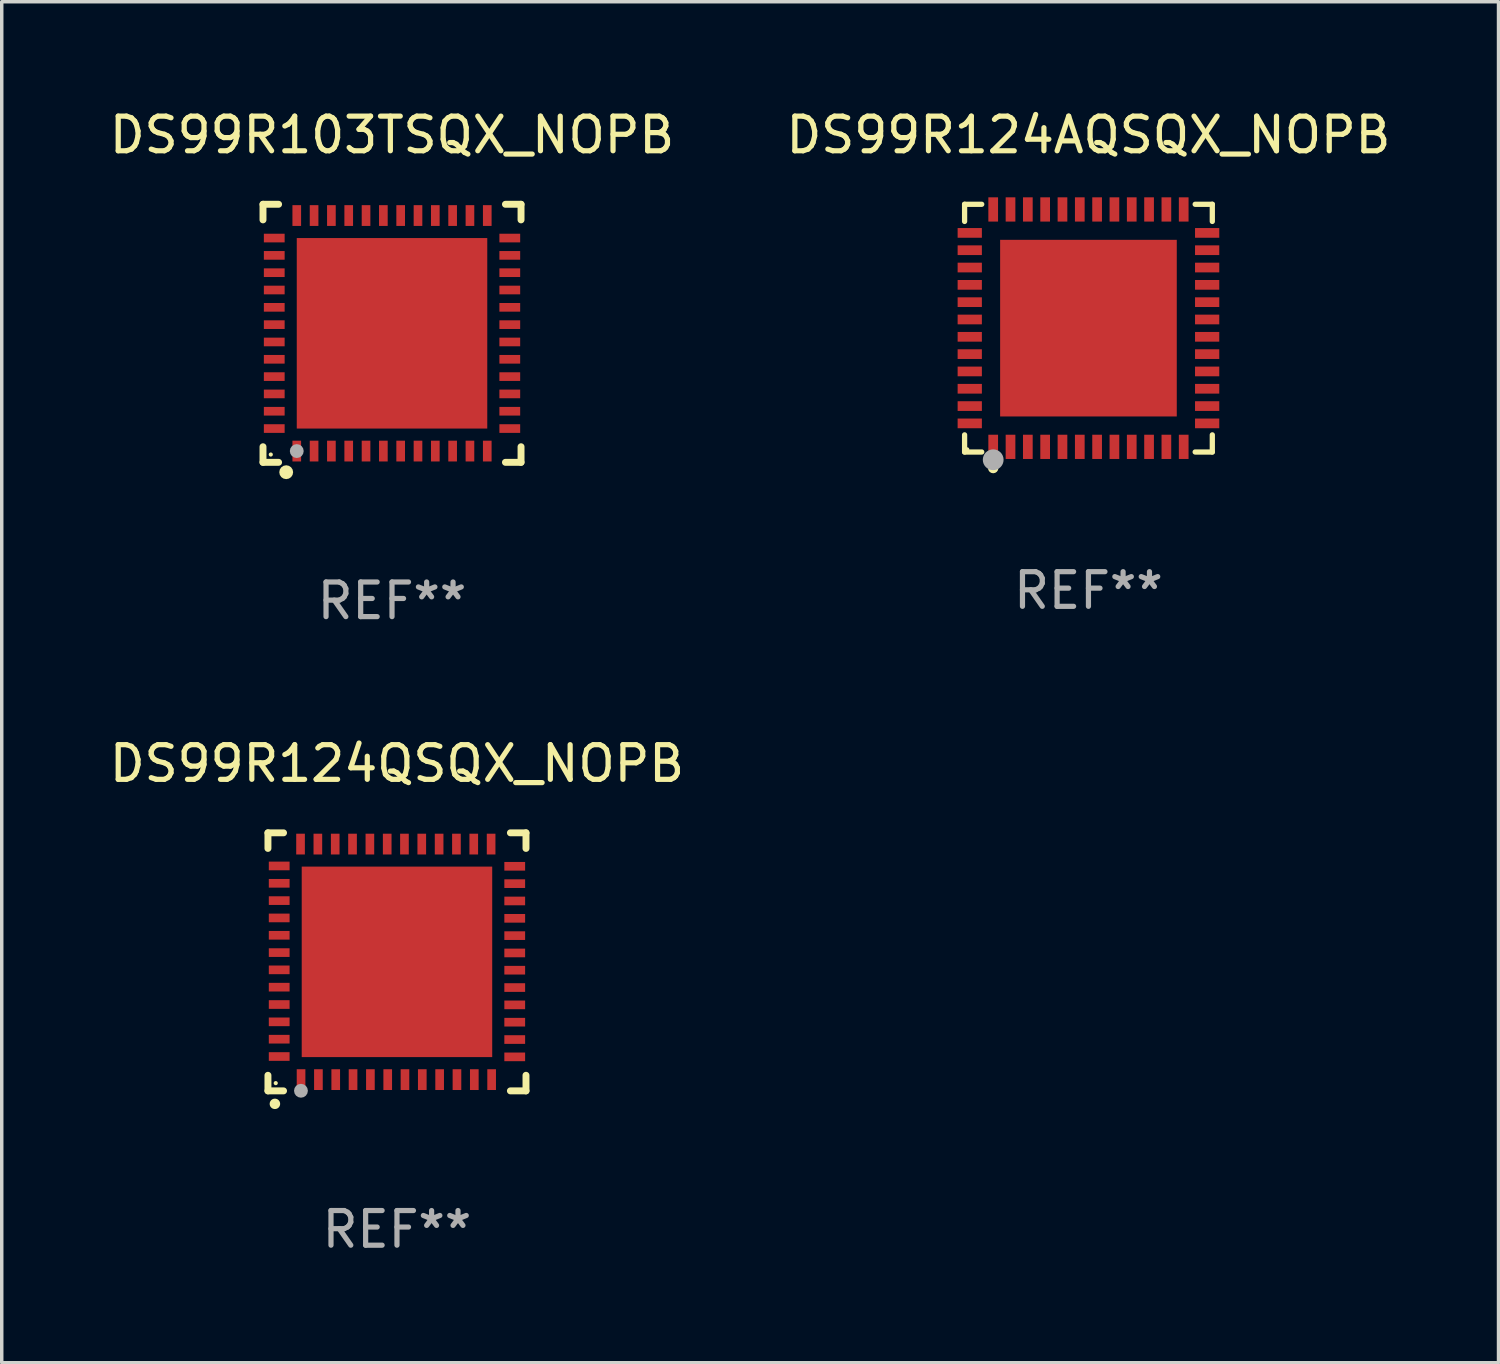
<source format=kicad_pcb>
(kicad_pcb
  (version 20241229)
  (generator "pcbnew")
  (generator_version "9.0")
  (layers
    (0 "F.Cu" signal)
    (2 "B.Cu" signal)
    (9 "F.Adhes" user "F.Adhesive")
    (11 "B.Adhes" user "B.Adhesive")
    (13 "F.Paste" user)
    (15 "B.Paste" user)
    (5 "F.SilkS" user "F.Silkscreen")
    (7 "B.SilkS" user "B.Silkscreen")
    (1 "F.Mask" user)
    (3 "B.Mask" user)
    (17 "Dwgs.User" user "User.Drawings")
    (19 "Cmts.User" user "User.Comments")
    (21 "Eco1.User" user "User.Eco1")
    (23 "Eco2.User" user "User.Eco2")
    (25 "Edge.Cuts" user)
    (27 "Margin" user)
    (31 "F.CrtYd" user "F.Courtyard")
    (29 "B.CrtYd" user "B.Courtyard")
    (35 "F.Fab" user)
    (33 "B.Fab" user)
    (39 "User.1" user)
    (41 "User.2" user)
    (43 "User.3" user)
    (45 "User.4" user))
  (footprint "DS99R103TSQX_NOPB"
    (layer "F.Cu")
    (at 8.268 6.573)
    (property "Reference" "DS99R103TSQX_NOPB" (at 0 -5.725 0) (layer "F.SilkS") (effects (font (size 1 1) (thickness 0.15))))
    (attr through_hole)
    (fp_line (start -3.725 -3.725) (end -3.275 -3.725) (stroke (width 0.2) (type solid)) (layer "F.SilkS"))
    (fp_line (start -3.725 -3.275) (end -3.725 -3.725) (stroke (width 0.2) (type solid)) (layer "F.SilkS"))
    (fp_line (start -3.725 3.725) (end -3.725 3.275) (stroke (width 0.2) (type solid)) (layer "F.SilkS"))
    (fp_line (start -3.275 3.725) (end -3.725 3.725) (stroke (width 0.2) (type solid)) (layer "F.SilkS"))
    (fp_line (start 3.275 3.725) (end 3.725 3.725) (stroke (width 0.2) (type solid)) (layer "F.SilkS"))
    (fp_line (start 3.725 -3.725) (end 3.275 -3.725) (stroke (width 0.2) (type solid)) (layer "F.SilkS"))
    (fp_line (start 3.725 -3.275) (end 3.725 -3.725) (stroke (width 0.2) (type solid)) (layer "F.SilkS"))
    (fp_line (start 3.725 3.725) (end 3.725 3.275) (stroke (width 0.2) (type solid)) (layer "F.SilkS"))
    (fp_circle (center -3.5 3.5) (end -3.47 3.5) (stroke (width 0.06) (type solid)) (fill no) (layer "F.SilkS"))
    (fp_circle (center -3.055 4.01) (end -2.955 4.01) (stroke (width 0.2) (type solid)) (fill no) (layer "F.SilkS"))
    (fp_circle (center -2.75 3.4) (end -2.65 3.4) (stroke (width 0.2) (type solid)) (fill no) (layer "F.Fab"))
    (fp_text user "REF**" (at 0 7.725 0) (layer "F.Fab") (effects (font (size 1 1) (thickness 0.15))))
    (pad "1" smd rect (at -2.75 3.4 180) (size 0.25 0.6) (layers "F.Cu" "F.Mask" "F.Paste"))
    (pad "2" smd rect (at -2.25 3.4 180) (size 0.25 0.6) (layers "F.Cu" "F.Mask" "F.Paste"))
    (pad "3" smd rect (at -1.75 3.4 180) (size 0.25 0.6) (layers "F.Cu" "F.Mask" "F.Paste"))
    (pad "4" smd rect (at -1.25 3.4 180) (size 0.25 0.6) (layers "F.Cu" "F.Mask" "F.Paste"))
    (pad "5" smd rect (at -0.75 3.4 180) (size 0.25 0.6) (layers "F.Cu" "F.Mask" "F.Paste"))
    (pad "6" smd rect (at -0.25 3.4 180) (size 0.25 0.6) (layers "F.Cu" "F.Mask" "F.Paste"))
    (pad "7" smd rect (at 0.25 3.4 180) (size 0.25 0.6) (layers "F.Cu" "F.Mask" "F.Paste"))
    (pad "8" smd rect (at 0.75 3.4 180) (size 0.25 0.6) (layers "F.Cu" "F.Mask" "F.Paste"))
    (pad "9" smd rect (at 1.25 3.4 180) (size 0.25 0.6) (layers "F.Cu" "F.Mask" "F.Paste"))
    (pad "10" smd rect (at 1.75 3.4 180) (size 0.25 0.6) (layers "F.Cu" "F.Mask" "F.Paste"))
    (pad "11" smd rect (at 2.25 3.4 180) (size 0.25 0.6) (layers "F.Cu" "F.Mask" "F.Paste"))
    (pad "12" smd rect (at 2.75 3.4 180) (size 0.25 0.6) (layers "F.Cu" "F.Mask" "F.Paste"))
    (pad "13" smd rect (at 3.4 2.75 90) (size 0.25 0.6) (layers "F.Cu" "F.Mask" "F.Paste"))
    (pad "14" smd rect (at 3.4 2.25 90) (size 0.25 0.6) (layers "F.Cu" "F.Mask" "F.Paste"))
    (pad "15" smd rect (at 3.4 1.75 90) (size 0.25 0.6) (layers "F.Cu" "F.Mask" "F.Paste"))
    (pad "16" smd rect (at 3.4 1.25 90) (size 0.25 0.6) (layers "F.Cu" "F.Mask" "F.Paste"))
    (pad "17" smd rect (at 3.4 0.75 90) (size 0.25 0.6) (layers "F.Cu" "F.Mask" "F.Paste"))
    (pad "18" smd rect (at 3.4 0.25 90) (size 0.25 0.6) (layers "F.Cu" "F.Mask" "F.Paste"))
    (pad "19" smd rect (at 3.4 -0.25 90) (size 0.25 0.6) (layers "F.Cu" "F.Mask" "F.Paste"))
    (pad "20" smd rect (at 3.4 -0.75 90) (size 0.25 0.6) (layers "F.Cu" "F.Mask" "F.Paste"))
    (pad "21" smd rect (at 3.4 -1.25 90) (size 0.25 0.6) (layers "F.Cu" "F.Mask" "F.Paste"))
    (pad "22" smd rect (at 3.4 -1.75 90) (size 0.25 0.6) (layers "F.Cu" "F.Mask" "F.Paste"))
    (pad "23" smd rect (at 3.4 -2.25 90) (size 0.25 0.6) (layers "F.Cu" "F.Mask" "F.Paste"))
    (pad "24" smd rect (at 3.4 -2.75 90) (size 0.25 0.6) (layers "F.Cu" "F.Mask" "F.Paste"))
    (pad "25" smd rect (at 2.75 -3.4 180) (size 0.25 0.6) (layers "F.Cu" "F.Mask" "F.Paste"))
    (pad "26" smd rect (at 2.25 -3.4 180) (size 0.25 0.6) (layers "F.Cu" "F.Mask" "F.Paste"))
    (pad "27" smd rect (at 1.75 -3.4 180) (size 0.25 0.6) (layers "F.Cu" "F.Mask" "F.Paste"))
    (pad "28" smd rect (at 1.25 -3.4 180) (size 0.25 0.6) (layers "F.Cu" "F.Mask" "F.Paste"))
    (pad "29" smd rect (at 0.75 -3.4 180) (size 0.25 0.6) (layers "F.Cu" "F.Mask" "F.Paste"))
    (pad "30" smd rect (at 0.25 -3.4 180) (size 0.25 0.6) (layers "F.Cu" "F.Mask" "F.Paste"))
    (pad "31" smd rect (at -0.25 -3.4 180) (size 0.25 0.6) (layers "F.Cu" "F.Mask" "F.Paste"))
    (pad "32" smd rect (at -0.75 -3.4 180) (size 0.25 0.6) (layers "F.Cu" "F.Mask" "F.Paste"))
    (pad "33" smd rect (at -1.25 -3.4 180) (size 0.25 0.6) (layers "F.Cu" "F.Mask" "F.Paste"))
    (pad "34" smd rect (at -1.75 -3.4 180) (size 0.25 0.6) (layers "F.Cu" "F.Mask" "F.Paste"))
    (pad "35" smd rect (at -2.25 -3.4 180) (size 0.25 0.6) (layers "F.Cu" "F.Mask" "F.Paste"))
    (pad "36" smd rect (at -2.75 -3.4 180) (size 0.25 0.6) (layers "F.Cu" "F.Mask" "F.Paste"))
    (pad "37" smd rect (at -3.4 -2.75 90) (size 0.25 0.6) (layers "F.Cu" "F.Mask" "F.Paste"))
    (pad "38" smd rect (at -3.4 -2.25 90) (size 0.25 0.6) (layers "F.Cu" "F.Mask" "F.Paste"))
    (pad "39" smd rect (at -3.4 -1.75 90) (size 0.25 0.6) (layers "F.Cu" "F.Mask" "F.Paste"))
    (pad "40" smd rect (at -3.4 -1.25 90) (size 0.25 0.6) (layers "F.Cu" "F.Mask" "F.Paste"))
    (pad "41" smd rect (at -3.4 -0.75 90) (size 0.25 0.6) (layers "F.Cu" "F.Mask" "F.Paste"))
    (pad "42" smd rect (at -3.4 -0.25 90) (size 0.25 0.6) (layers "F.Cu" "F.Mask" "F.Paste"))
    (pad "43" smd rect (at -3.4 0.25 90) (size 0.25 0.6) (layers "F.Cu" "F.Mask" "F.Paste"))
    (pad "44" smd rect (at -3.4 0.75 90) (size 0.25 0.6) (layers "F.Cu" "F.Mask" "F.Paste"))
    (pad "45" smd rect (at -3.4 1.25 90) (size 0.25 0.6) (layers "F.Cu" "F.Mask" "F.Paste"))
    (pad "46" smd rect (at -3.4 1.75 90) (size 0.25 0.6) (layers "F.Cu" "F.Mask" "F.Paste"))
    (pad "47" smd rect (at -3.4 2.25 90) (size 0.25 0.6) (layers "F.Cu" "F.Mask" "F.Paste"))
    (pad "48" smd rect (at -3.4 2.75 90) (size 0.25 0.6) (layers "F.Cu" "F.Mask" "F.Paste"))
    (pad "49" smd rect (at -0.000076 -0.000076 90) (size 5.5 5.5) (layers "F.Cu" "F.Mask" "F.Paste")))
  (footprint "DS99R124QSQX_NOPB"
    (layer "F.Cu")
    (at 8.411 24.72)
    (property "Reference" "DS99R124QSQX_NOPB" (at 0 -5.725 0) (layer "F.SilkS") (effects (font (size 1 1) (thickness 0.15))))
    (attr through_hole)
    (fp_line (start -3.725 -3.725) (end -3.275 -3.725) (stroke (width 0.2) (type solid)) (layer "F.SilkS"))
    (fp_line (start -3.725 -3.275) (end -3.725 -3.725) (stroke (width 0.2) (type solid)) (layer "F.SilkS"))
    (fp_line (start -3.725 3.725) (end -3.725 3.275) (stroke (width 0.2) (type solid)) (layer "F.SilkS"))
    (fp_line (start -3.275 3.725) (end -3.725 3.725) (stroke (width 0.2) (type solid)) (layer "F.SilkS"))
    (fp_line (start 3.275 3.725) (end 3.725 3.725) (stroke (width 0.2) (type solid)) (layer "F.SilkS"))
    (fp_line (start 3.725 -3.725) (end 3.275 -3.725) (stroke (width 0.2) (type solid)) (layer "F.SilkS"))
    (fp_line (start 3.725 -3.275) (end 3.725 -3.725) (stroke (width 0.2) (type solid)) (layer "F.SilkS"))
    (fp_line (start 3.725 3.725) (end 3.725 3.275) (stroke (width 0.2) (type solid)) (layer "F.SilkS"))
    (fp_arc (start -3.525527 4.099568) (mid -3.524257 4.099563) (end -3.522987 4.099568) (stroke (width 0.3) (type solid)) (layer "F.SilkS"))
    (fp_circle (center -3.5 3.501) (end -3.47 3.501) (stroke (width 0.06) (type solid)) (fill no) (layer "F.SilkS"))
    (fp_circle (center -2.772 3.722) (end -2.672 3.722) (stroke (width 0.2) (type solid)) (fill no) (layer "F.Fab"))
    (fp_text user "REF**" (at 0 7.725 0) (layer "F.Fab") (effects (font (size 1 1) (thickness 0.15))))
    (pad "1" smd rect (at -2.769 3.4 180) (size 0.25 0.6) (layers "F.Cu" "F.Mask" "F.Paste"))
    (pad "2" smd rect (at -2.268 3.4 180) (size 0.25 0.6) (layers "F.Cu" "F.Mask" "F.Paste"))
    (pad "3" smd rect (at -1.768 3.4 180) (size 0.25 0.6) (layers "F.Cu" "F.Mask" "F.Paste"))
    (pad "4" smd rect (at -1.268 3.4 180) (size 0.25 0.6) (layers "F.Cu" "F.Mask" "F.Paste"))
    (pad "5" smd rect (at -0.767 3.4 180) (size 0.25 0.6) (layers "F.Cu" "F.Mask" "F.Paste"))
    (pad "6" smd rect (at -0.267 3.4 180) (size 0.25 0.6) (layers "F.Cu" "F.Mask" "F.Paste"))
    (pad "7" smd rect (at 0.231 3.4 180) (size 0.25 0.6) (layers "F.Cu" "F.Mask" "F.Paste"))
    (pad "8" smd rect (at 0.731 3.4 180) (size 0.25 0.6) (layers "F.Cu" "F.Mask" "F.Paste"))
    (pad "9" smd rect (at 1.232 3.4 180) (size 0.25 0.6) (layers "F.Cu" "F.Mask" "F.Paste"))
    (pad "10" smd rect (at 1.732 3.4 180) (size 0.25 0.6) (layers "F.Cu" "F.Mask" "F.Paste"))
    (pad "11" smd rect (at 2.233 3.4 180) (size 0.25 0.6) (layers "F.Cu" "F.Mask" "F.Paste"))
    (pad "12" smd rect (at 2.733 3.4 180) (size 0.25 0.6) (layers "F.Cu" "F.Mask" "F.Paste"))
    (pad "13" smd rect (at 3.4 2.743 90) (size 0.25 0.6) (layers "F.Cu" "F.Mask" "F.Paste"))
    (pad "14" smd rect (at 3.4 2.243 90) (size 0.25 0.6) (layers "F.Cu" "F.Mask" "F.Paste"))
    (pad "15" smd rect (at 3.4 1.742 90) (size 0.25 0.6) (layers "F.Cu" "F.Mask" "F.Paste"))
    (pad "16" smd rect (at 3.4 1.242 90) (size 0.25 0.6) (layers "F.Cu" "F.Mask" "F.Paste"))
    (pad "17" smd rect (at 3.4 0.742 90) (size 0.25 0.6) (layers "F.Cu" "F.Mask" "F.Paste"))
    (pad "18" smd rect (at 3.4 0.241 90) (size 0.25 0.6) (layers "F.Cu" "F.Mask" "F.Paste"))
    (pad "19" smd rect (at 3.4 -0.257 90) (size 0.25 0.6) (layers "F.Cu" "F.Mask" "F.Paste"))
    (pad "20" smd rect (at 3.4 -0.757 90) (size 0.25 0.6) (layers "F.Cu" "F.Mask" "F.Paste"))
    (pad "21" smd rect (at 3.4 -1.257 90) (size 0.25 0.6) (layers "F.Cu" "F.Mask" "F.Paste"))
    (pad "22" smd rect (at 3.4 -1.758 90) (size 0.25 0.6) (layers "F.Cu" "F.Mask" "F.Paste"))
    (pad "23" smd rect (at 3.4 -2.258 90) (size 0.25 0.6) (layers "F.Cu" "F.Mask" "F.Paste"))
    (pad "24" smd rect (at 3.4 -2.759 90) (size 0.25 0.6) (layers "F.Cu" "F.Mask" "F.Paste"))
    (pad "25" smd rect (at 2.718 -3.4 180) (size 0.25 0.6) (layers "F.Cu" "F.Mask" "F.Paste"))
    (pad "26" smd rect (at 2.217 -3.4 180) (size 0.25 0.6) (layers "F.Cu" "F.Mask" "F.Paste"))
    (pad "27" smd rect (at 1.717 -3.4 180) (size 0.25 0.6) (layers "F.Cu" "F.Mask" "F.Paste"))
    (pad "28" smd rect (at 1.217 -3.4 180) (size 0.25 0.6) (layers "F.Cu" "F.Mask" "F.Paste"))
    (pad "29" smd rect (at 0.716 -3.4 180) (size 0.25 0.6) (layers "F.Cu" "F.Mask" "F.Paste"))
    (pad "30" smd rect (at 0.216 -3.4 180) (size 0.25 0.6) (layers "F.Cu" "F.Mask" "F.Paste"))
    (pad "31" smd rect (at -0.282 -3.4 180) (size 0.25 0.6) (layers "F.Cu" "F.Mask" "F.Paste"))
    (pad "32" smd rect (at -0.782 -3.4 180) (size 0.25 0.6) (layers "F.Cu" "F.Mask" "F.Paste"))
    (pad "33" smd rect (at -1.283 -3.4 180) (size 0.25 0.6) (layers "F.Cu" "F.Mask" "F.Paste"))
    (pad "34" smd rect (at -1.783 -3.4 180) (size 0.25 0.6) (layers "F.Cu" "F.Mask" "F.Paste"))
    (pad "35" smd rect (at -2.284 -3.4 180) (size 0.25 0.6) (layers "F.Cu" "F.Mask" "F.Paste"))
    (pad "36" smd rect (at -2.784 -3.4 180) (size 0.25 0.6) (layers "F.Cu" "F.Mask" "F.Paste"))
    (pad "37" smd rect (at -3.4 -2.769 90) (size 0.25 0.6) (layers "F.Cu" "F.Mask" "F.Paste"))
    (pad "38" smd rect (at -3.4 -2.268 90) (size 0.25 0.6) (layers "F.Cu" "F.Mask" "F.Paste"))
    (pad "39" smd rect (at -3.4 -1.768 90) (size 0.25 0.6) (layers "F.Cu" "F.Mask" "F.Paste"))
    (pad "40" smd rect (at -3.4 -1.268 90) (size 0.25 0.6) (layers "F.Cu" "F.Mask" "F.Paste"))
    (pad "41" smd rect (at -3.4 -0.767 90) (size 0.25 0.6) (layers "F.Cu" "F.Mask" "F.Paste"))
    (pad "42" smd rect (at -3.4 -0.267 90) (size 0.25 0.6) (layers "F.Cu" "F.Mask" "F.Paste"))
    (pad "43" smd rect (at -3.4 0.231 90) (size 0.25 0.6) (layers "F.Cu" "F.Mask" "F.Paste"))
    (pad "44" smd rect (at -3.4 0.731 90) (size 0.25 0.6) (layers "F.Cu" "F.Mask" "F.Paste"))
    (pad "45" smd rect (at -3.4 1.232 90) (size 0.25 0.6) (layers "F.Cu" "F.Mask" "F.Paste"))
    (pad "46" smd rect (at -3.4 1.732 90) (size 0.25 0.6) (layers "F.Cu" "F.Mask" "F.Paste"))
    (pad "47" smd rect (at -3.4 2.233 90) (size 0.25 0.6) (layers "F.Cu" "F.Mask" "F.Paste"))
    (pad "48" smd rect (at -3.4 2.733 90) (size 0.25 0.6) (layers "F.Cu" "F.Mask" "F.Paste"))
    (pad "49" smd rect (at -0.000076 -0.000076 90) (size 5.5 5.5) (layers "F.Cu" "F.Mask" "F.Paste")))
  (footprint "DS99R124AQSQX_NOPB"
    (layer "F.Cu")
    (at 28.375 6.424)
    (property "Reference" "DS99R124AQSQX_NOPB" (at 0 -5.576 0) (layer "F.SilkS") (effects (font (size 1 1) (thickness 0.15))))
    (attr through_hole)
    (fp_line (start -3.576 -3.576) (end -3.081 -3.576) (stroke (width 0.152) (type solid)) (layer "F.SilkS"))
    (fp_line (start -3.576 -3.081) (end -3.576 -3.576) (stroke (width 0.152) (type solid)) (layer "F.SilkS"))
    (fp_line (start -3.576 3.081) (end -3.576 3.576) (stroke (width 0.152) (type solid)) (layer "F.SilkS"))
    (fp_line (start -3.576 3.576) (end -3.081 3.576) (stroke (width 0.152) (type solid)) (layer "F.SilkS"))
    (fp_line (start 3.576 -3.576) (end 3.081 -3.576) (stroke (width 0.152) (type solid)) (layer "F.SilkS"))
    (fp_line (start 3.576 -3.081) (end 3.576 -3.576) (stroke (width 0.152) (type solid)) (layer "F.SilkS"))
    (fp_line (start 3.576 3.081) (end 3.576 3.576) (stroke (width 0.152) (type solid)) (layer "F.SilkS"))
    (fp_line (start 3.576 3.576) (end 3.081 3.576) (stroke (width 0.152) (type solid)) (layer "F.SilkS"))
    (fp_circle (center -3.5 3.5) (end -3.47 3.5) (stroke (width 0.06) (type solid)) (fill no) (layer "F.SilkS"))
    (fp_circle (center -2.75 4.04) (end -2.675 4.04) (stroke (width 0.15) (type solid)) (fill no) (layer "F.SilkS"))
    (fp_circle (center -2.75 3.8) (end -2.6 3.8) (stroke (width 0.3) (type solid)) (fill no) (layer "F.Fab"))
    (fp_text user "REF**" (at 0 7.576 0) (layer "F.Fab") (effects (font (size 1 1) (thickness 0.15))))
    (pad "1" smd rect (at -2.75 3.427) (size 0.28 0.7) (layers "F.Cu" "F.Mask" "F.Paste"))
    (pad "2" smd rect (at -2.25 3.427) (size 0.28 0.7) (layers "F.Cu" "F.Mask" "F.Paste"))
    (pad "3" smd rect (at -1.75 3.427) (size 0.28 0.7) (layers "F.Cu" "F.Mask" "F.Paste"))
    (pad "4" smd rect (at -1.25 3.427) (size 0.28 0.7) (layers "F.Cu" "F.Mask" "F.Paste"))
    (pad "5" smd rect (at -0.75 3.427) (size 0.28 0.7) (layers "F.Cu" "F.Mask" "F.Paste"))
    (pad "6" smd rect (at -0.25 3.427) (size 0.28 0.7) (layers "F.Cu" "F.Mask" "F.Paste"))
    (pad "7" smd rect (at 0.25 3.427) (size 0.28 0.7) (layers "F.Cu" "F.Mask" "F.Paste"))
    (pad "8" smd rect (at 0.75 3.427) (size 0.28 0.7) (layers "F.Cu" "F.Mask" "F.Paste"))
    (pad "9" smd rect (at 1.25 3.427) (size 0.28 0.7) (layers "F.Cu" "F.Mask" "F.Paste"))
    (pad "10" smd rect (at 1.75 3.427) (size 0.28 0.7) (layers "F.Cu" "F.Mask" "F.Paste"))
    (pad "11" smd rect (at 2.25 3.427) (size 0.28 0.7) (layers "F.Cu" "F.Mask" "F.Paste"))
    (pad "12" smd rect (at 2.75 3.427) (size 0.28 0.7) (layers "F.Cu" "F.Mask" "F.Paste"))
    (pad "13" smd rect (at 3.427 2.75) (size 0.7 0.28) (layers "F.Cu" "F.Mask" "F.Paste"))
    (pad "14" smd rect (at 3.427 2.25) (size 0.7 0.28) (layers "F.Cu" "F.Mask" "F.Paste"))
    (pad "15" smd rect (at 3.427 1.75) (size 0.7 0.28) (layers "F.Cu" "F.Mask" "F.Paste"))
    (pad "16" smd rect (at 3.427 1.25) (size 0.7 0.28) (layers "F.Cu" "F.Mask" "F.Paste"))
    (pad "17" smd rect (at 3.427 0.75) (size 0.7 0.28) (layers "F.Cu" "F.Mask" "F.Paste"))
    (pad "18" smd rect (at 3.427 0.25) (size 0.7 0.28) (layers "F.Cu" "F.Mask" "F.Paste"))
    (pad "19" smd rect (at 3.427 -0.25) (size 0.7 0.28) (layers "F.Cu" "F.Mask" "F.Paste"))
    (pad "20" smd rect (at 3.427 -0.75) (size 0.7 0.28) (layers "F.Cu" "F.Mask" "F.Paste"))
    (pad "21" smd rect (at 3.427 -1.25) (size 0.7 0.28) (layers "F.Cu" "F.Mask" "F.Paste"))
    (pad "22" smd rect (at 3.427 -1.75) (size 0.7 0.28) (layers "F.Cu" "F.Mask" "F.Paste"))
    (pad "23" smd rect (at 3.427 -2.25) (size 0.7 0.28) (layers "F.Cu" "F.Mask" "F.Paste"))
    (pad "24" smd rect (at 3.427 -2.75) (size 0.7 0.28) (layers "F.Cu" "F.Mask" "F.Paste"))
    (pad "25" smd rect (at 2.75 -3.427) (size 0.28 0.7) (layers "F.Cu" "F.Mask" "F.Paste"))
    (pad "26" smd rect (at 2.25 -3.427) (size 0.28 0.7) (layers "F.Cu" "F.Mask" "F.Paste"))
    (pad "27" smd rect (at 1.75 -3.427) (size 0.28 0.7) (layers "F.Cu" "F.Mask" "F.Paste"))
    (pad "28" smd rect (at 1.25 -3.427) (size 0.28 0.7) (layers "F.Cu" "F.Mask" "F.Paste"))
    (pad "29" smd rect (at 0.75 -3.427) (size 0.28 0.7) (layers "F.Cu" "F.Mask" "F.Paste"))
    (pad "30" smd rect (at 0.25 -3.427) (size 0.28 0.7) (layers "F.Cu" "F.Mask" "F.Paste"))
    (pad "31" smd rect (at -0.25 -3.427) (size 0.28 0.7) (layers "F.Cu" "F.Mask" "F.Paste"))
    (pad "32" smd rect (at -0.75 -3.427) (size 0.28 0.7) (layers "F.Cu" "F.Mask" "F.Paste"))
    (pad "33" smd rect (at -1.25 -3.427) (size 0.28 0.7) (layers "F.Cu" "F.Mask" "F.Paste"))
    (pad "34" smd rect (at -1.75 -3.427) (size 0.28 0.7) (layers "F.Cu" "F.Mask" "F.Paste"))
    (pad "35" smd rect (at -2.25 -3.427) (size 0.28 0.7) (layers "F.Cu" "F.Mask" "F.Paste"))
    (pad "36" smd rect (at -2.75 -3.427) (size 0.28 0.7) (layers "F.Cu" "F.Mask" "F.Paste"))
    (pad "37" smd rect (at -3.427 -2.75) (size 0.7 0.28) (layers "F.Cu" "F.Mask" "F.Paste"))
    (pad "38" smd rect (at -3.427 -2.25) (size 0.7 0.28) (layers "F.Cu" "F.Mask" "F.Paste"))
    (pad "39" smd rect (at -3.427 -1.75) (size 0.7 0.28) (layers "F.Cu" "F.Mask" "F.Paste"))
    (pad "40" smd rect (at -3.427 -1.25) (size 0.7 0.28) (layers "F.Cu" "F.Mask" "F.Paste"))
    (pad "41" smd rect (at -3.427 -0.75) (size 0.7 0.28) (layers "F.Cu" "F.Mask" "F.Paste"))
    (pad "42" smd rect (at -3.427 -0.25) (size 0.7 0.28) (layers "F.Cu" "F.Mask" "F.Paste"))
    (pad "43" smd rect (at -3.427 0.25) (size 0.7 0.28) (layers "F.Cu" "F.Mask" "F.Paste"))
    (pad "44" smd rect (at -3.427 0.75) (size 0.7 0.28) (layers "F.Cu" "F.Mask" "F.Paste"))
    (pad "45" smd rect (at -3.427 1.25) (size 0.7 0.28) (layers "F.Cu" "F.Mask" "F.Paste"))
    (pad "46" smd rect (at -3.427 1.75) (size 0.7 0.28) (layers "F.Cu" "F.Mask" "F.Paste"))
    (pad "47" smd rect (at -3.427 2.25) (size 0.7 0.28) (layers "F.Cu" "F.Mask" "F.Paste"))
    (pad "48" smd rect (at -3.427 2.75) (size 0.7 0.28) (layers "F.Cu" "F.Mask" "F.Paste"))
    (pad "49" smd rect (at 0 0) (size 5.1 5.1) (layers "F.Cu" "F.Mask" "F.Paste")))
  (gr_rect
    (start -3 -3)
    (end 40.214 36.293)
    (stroke (width 0.1) (type default))
    (fill no)
    (layer "Edge.Cuts")))
</source>
